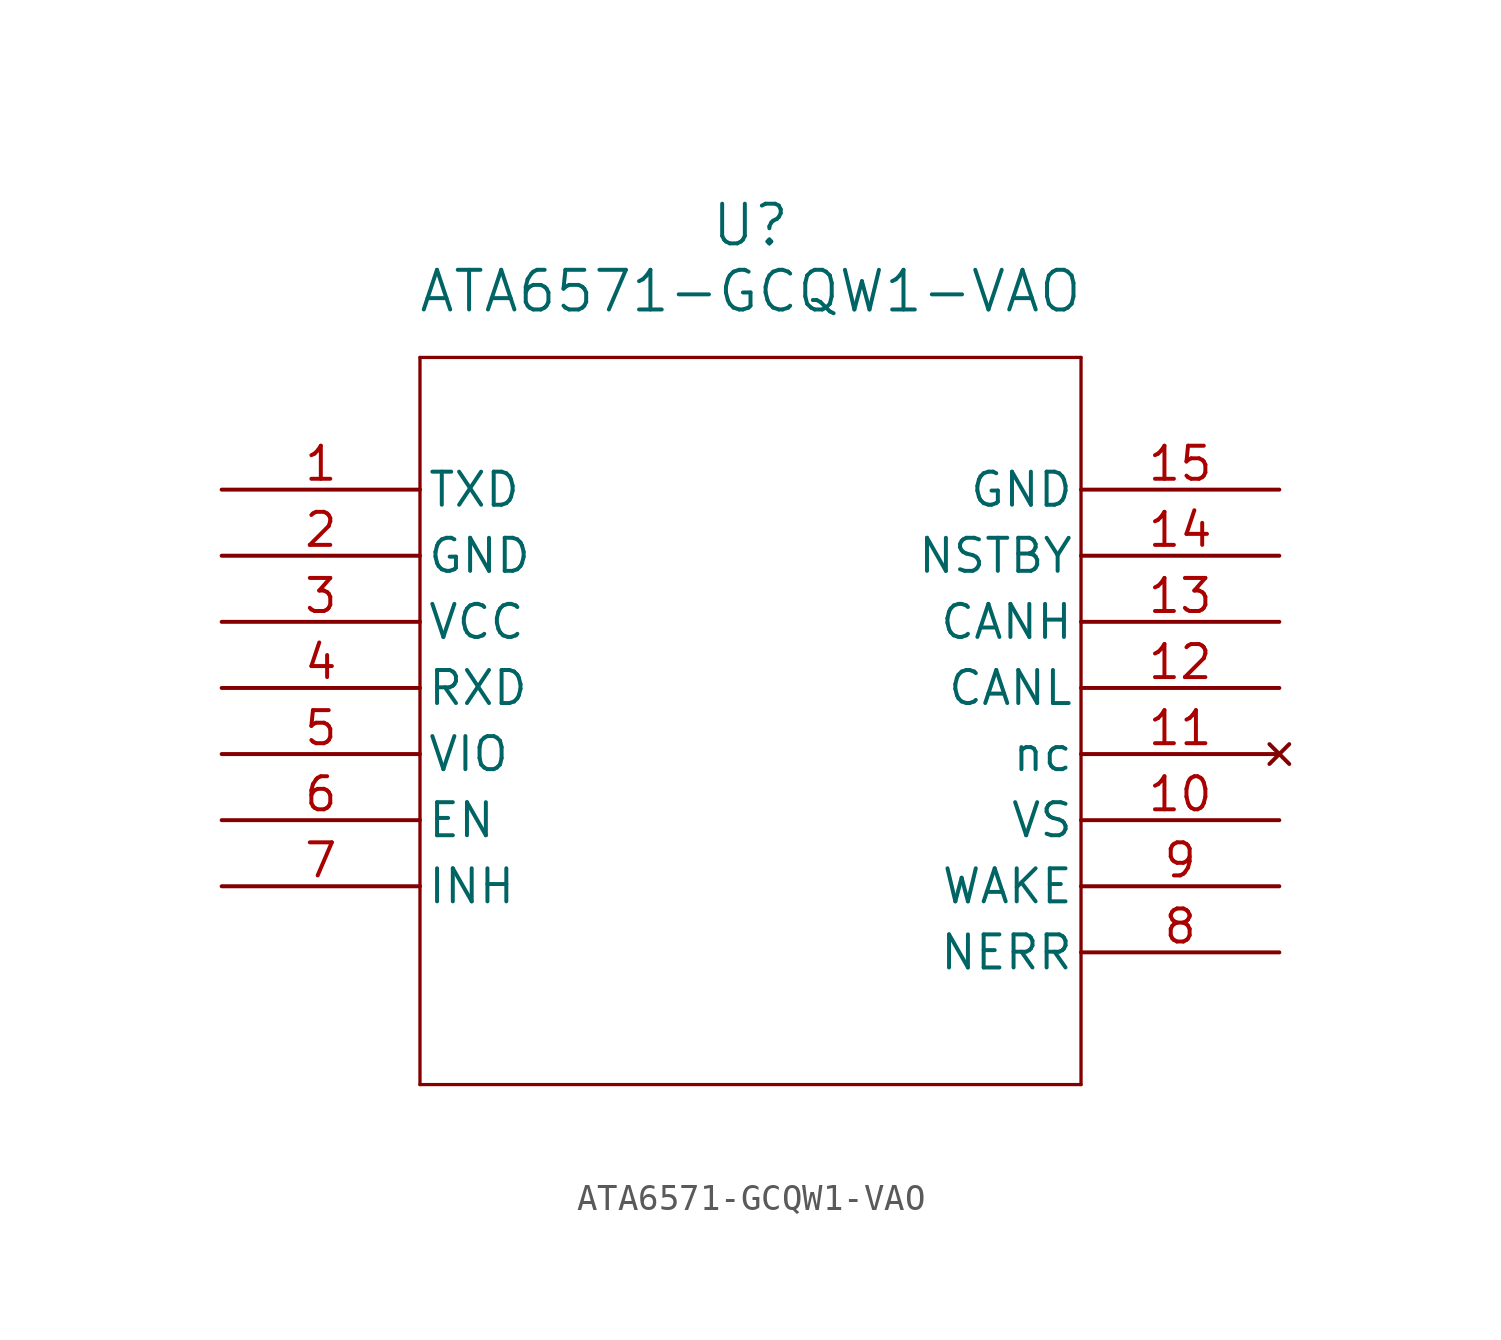
<source format=kicad_sym>
(kicad_symbol_lib
  (version 20211014)
  (generator kicad_symbol_editor)
  (symbol "ATA6571-GCQW1-VAO"
    (pin_names
      (offset 0.254))
    (property "Reference" "U"
      (at 20.32 10.16 0)
      (effects (font (size 1.524 1.524))))
    (property "Value" "ATA6571-GCQW1-VAO"
      (at 20.32 7.62 0)
      (effects (font (size 1.524 1.524))))
    (symbol "ATA6571-GCQW1-VAO_0_1"
      (polyline (pts (xy 7.62 5.08) (xy 7.62 -22.86)) (stroke (width 0.127) (type default) (color 0 0 0 0)) (fill (type none)))
      (polyline (pts (xy 7.62 -22.86) (xy 33.02 -22.86)) (stroke (width 0.127) (type default) (color 0 0 0 0)) (fill (type none)))
      (polyline (pts (xy 33.02 -22.86) (xy 33.02 5.08)) (stroke (width 0.127) (type default) (color 0 0 0 0)) (fill (type none)))
      (polyline (pts (xy 33.02 5.08) (xy 7.62 5.08)) (stroke (width 0.127) (type default) (color 0 0 0 0)) (fill (type none)))
      (pin input line (at 0 0 0) (length 7.62) (name "TXD" (effects (font (size 1.27 1.27)))) (number "1" (effects (font (size 1.27 1.27)))))
      (pin power_out line (at 0 -2.54 0) (length 7.62) (name "GND" (effects (font (size 1.27 1.27)))) (number "2" (effects (font (size 1.27 1.27)))))
      (pin power_in line (at 0 -5.08 0) (length 7.62) (name "VCC" (effects (font (size 1.27 1.27)))) (number "3" (effects (font (size 1.27 1.27)))))
      (pin output line (at 0 -7.62 0) (length 7.62) (name "RXD" (effects (font (size 1.27 1.27)))) (number "4" (effects (font (size 1.27 1.27)))))
      (pin power_in line (at 0 -10.16 0) (length 7.62) (name "VIO" (effects (font (size 1.27 1.27)))) (number "5" (effects (font (size 1.27 1.27)))))
      (pin input line (at 0 -12.7 0) (length 7.62) (name "EN" (effects (font (size 1.27 1.27)))) (number "6" (effects (font (size 1.27 1.27)))))
      (pin output line (at 0 -15.24 0) (length 7.62) (name "INH" (effects (font (size 1.27 1.27)))) (number "7" (effects (font (size 1.27 1.27)))))
      (pin output line (at 40.64 -17.78 180) (length 7.62) (name "NERR" (effects (font (size 1.27 1.27)))) (number "8" (effects (font (size 1.27 1.27)))))
      (pin input line (at 40.64 -15.24 180) (length 7.62) (name "WAKE" (effects (font (size 1.27 1.27)))) (number "9" (effects (font (size 1.27 1.27)))))
      (pin power_in line (at 40.64 -12.7 180) (length 7.62) (name "VS" (effects (font (size 1.27 1.27)))) (number "10" (effects (font (size 1.27 1.27)))))
      (pin no_connect line (at 40.64 -10.16 180) (length 7.62) (name "nc" (effects (font (size 1.27 1.27)))) (number "11" (effects (font (size 1.27 1.27)))))
      (pin bidirectional line (at 40.64 -7.62 180) (length 7.62) (name "CANL" (effects (font (size 1.27 1.27)))) (number "12" (effects (font (size 1.27 1.27)))))
      (pin bidirectional line (at 40.64 -5.08 180) (length 7.62) (name "CANH" (effects (font (size 1.27 1.27)))) (number "13" (effects (font (size 1.27 1.27)))))
      (pin input line (at 40.64 -2.54 180) (length 7.62) (name "NSTBY" (effects (font (size 1.27 1.27)))) (number "14" (effects (font (size 1.27 1.27)))))
      (pin power_out line (at 40.64 0 180) (length 7.62) (name "GND" (effects (font (size 1.27 1.27)))) (number "15" (effects (font (size 1.27 1.27))))))))
</source>
